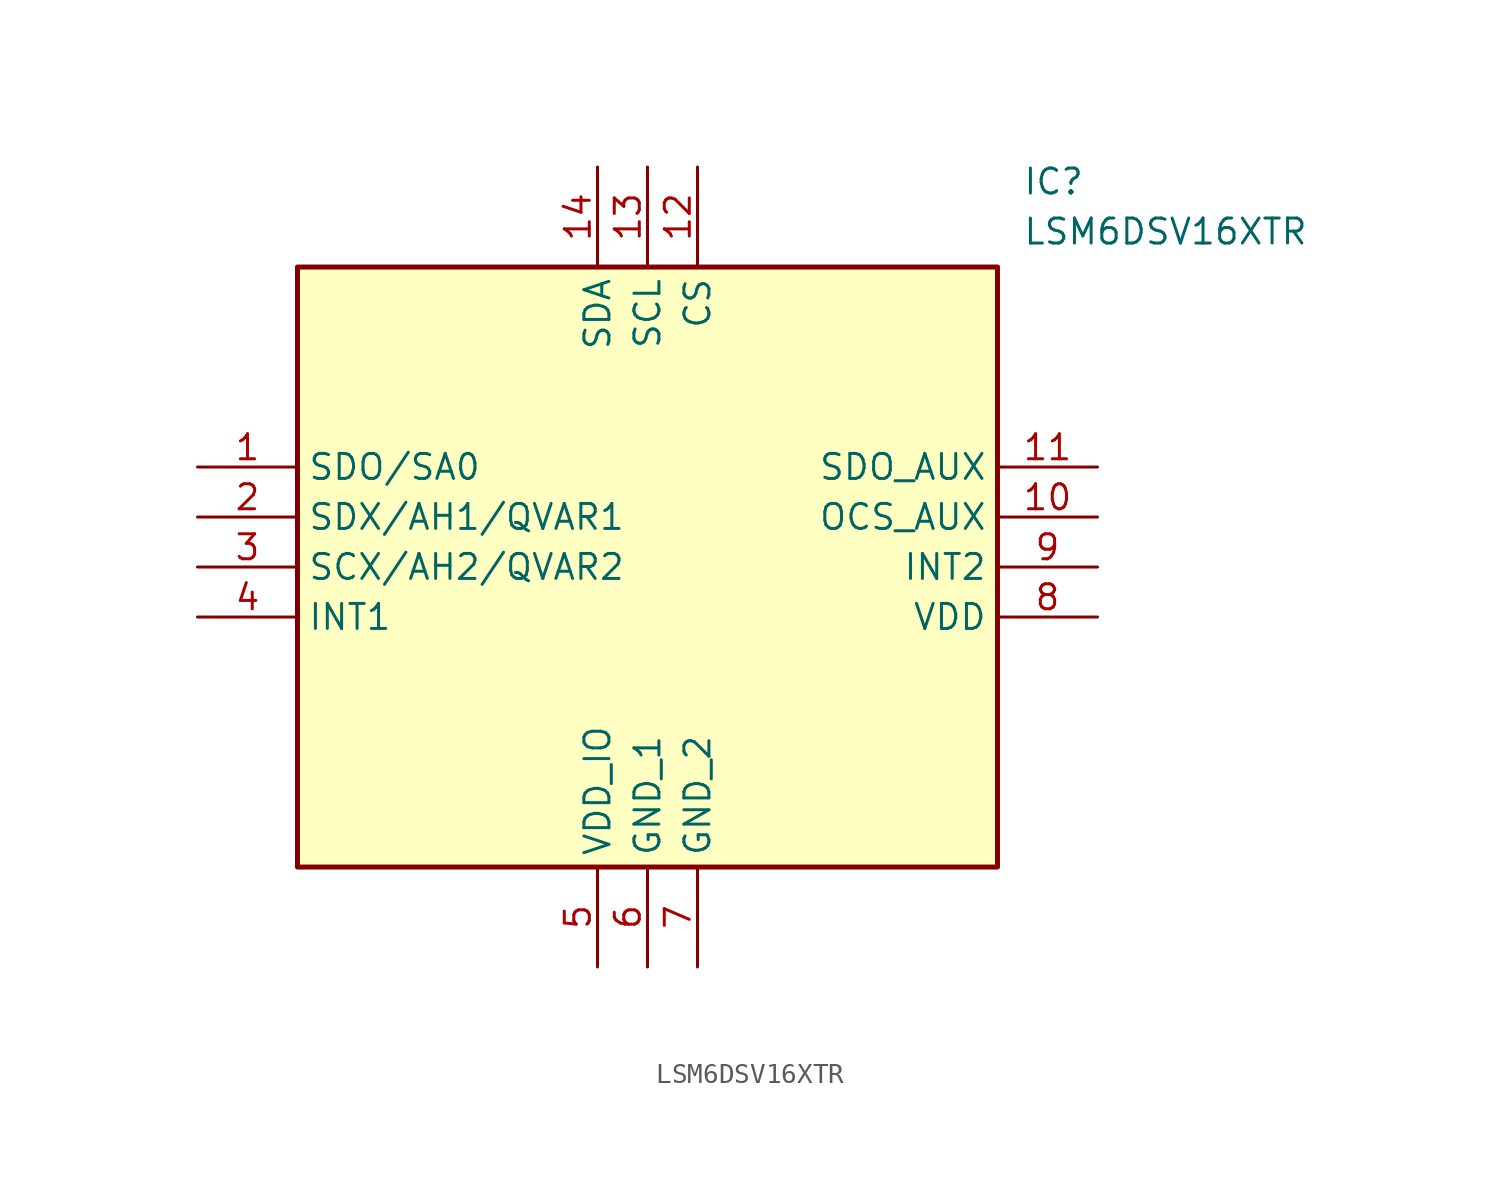
<source format=kicad_sym>
(kicad_symbol_lib
  (version 20211014)
  (generator SamacSys_ECAD_Model)
  (symbol "LSM6DSV16XTR"
    (property "Reference" "IC"
      (at 41.91 15.24 0)
      (effects (font (size 1.27 1.27)) (justify left top)))
    (property "Value" "LSM6DSV16XTR"
      (at 41.91 12.7 0)
      (effects (font (size 1.27 1.27)) (justify left top)))
    (rectangle
      (start 5.08 10.16)
      (end 40.64 -20.32)
      (stroke (width 0.254) (type default))
      (fill (type background)))
    (pin passive line
      (at 0 0 0)
      (length 5.08)
      (name "SDO/SA0" (effects (font (size 1.27 1.27))))
      (number "1" (effects (font (size 1.27 1.27)))))
    (pin passive line
      (at 0 -2.54 0)
      (length 5.08)
      (name "SDX/AH1/QVAR1" (effects (font (size 1.27 1.27))))
      (number "2" (effects (font (size 1.27 1.27)))))
    (pin passive line
      (at 0 -5.08 0)
      (length 5.08)
      (name "SCX/AH2/QVAR2" (effects (font (size 1.27 1.27))))
      (number "3" (effects (font (size 1.27 1.27)))))
    (pin passive line
      (at 0 -7.62 0)
      (length 5.08)
      (name "INT1" (effects (font (size 1.27 1.27))))
      (number "4" (effects (font (size 1.27 1.27)))))
    (pin passive line
      (at 20.32 -25.4 90)
      (length 5.08)
      (name "VDD_IO" (effects (font (size 1.27 1.27))))
      (number "5" (effects (font (size 1.27 1.27)))))
    (pin passive line
      (at 22.86 -25.4 90)
      (length 5.08)
      (name "GND_1" (effects (font (size 1.27 1.27))))
      (number "6" (effects (font (size 1.27 1.27)))))
    (pin passive line
      (at 25.4 -25.4 90)
      (length 5.08)
      (name "GND_2" (effects (font (size 1.27 1.27))))
      (number "7" (effects (font (size 1.27 1.27)))))
    (pin passive line
      (at 45.72 -7.62 180)
      (length 5.08)
      (name "VDD" (effects (font (size 1.27 1.27))))
      (number "8" (effects (font (size 1.27 1.27)))))
    (pin passive line
      (at 45.72 -5.08 180)
      (length 5.08)
      (name "INT2" (effects (font (size 1.27 1.27))))
      (number "9" (effects (font (size 1.27 1.27)))))
    (pin passive line
      (at 45.72 -2.54 180)
      (length 5.08)
      (name "OCS_AUX" (effects (font (size 1.27 1.27))))
      (number "10" (effects (font (size 1.27 1.27)))))
    (pin passive line
      (at 45.72 0 180)
      (length 5.08)
      (name "SDO_AUX" (effects (font (size 1.27 1.27))))
      (number "11" (effects (font (size 1.27 1.27)))))
    (pin passive line
      (at 25.4 15.24 270)
      (length 5.08)
      (name "CS" (effects (font (size 1.27 1.27))))
      (number "12" (effects (font (size 1.27 1.27)))))
    (pin passive line
      (at 22.86 15.24 270)
      (length 5.08)
      (name "SCL" (effects (font (size 1.27 1.27))))
      (number "13" (effects (font (size 1.27 1.27)))))
    (pin passive line
      (at 20.32 15.24 270)
      (length 5.08)
      (name "SDA" (effects (font (size 1.27 1.27))))
      (number "14" (effects (font (size 1.27 1.27)))))))
</source>
